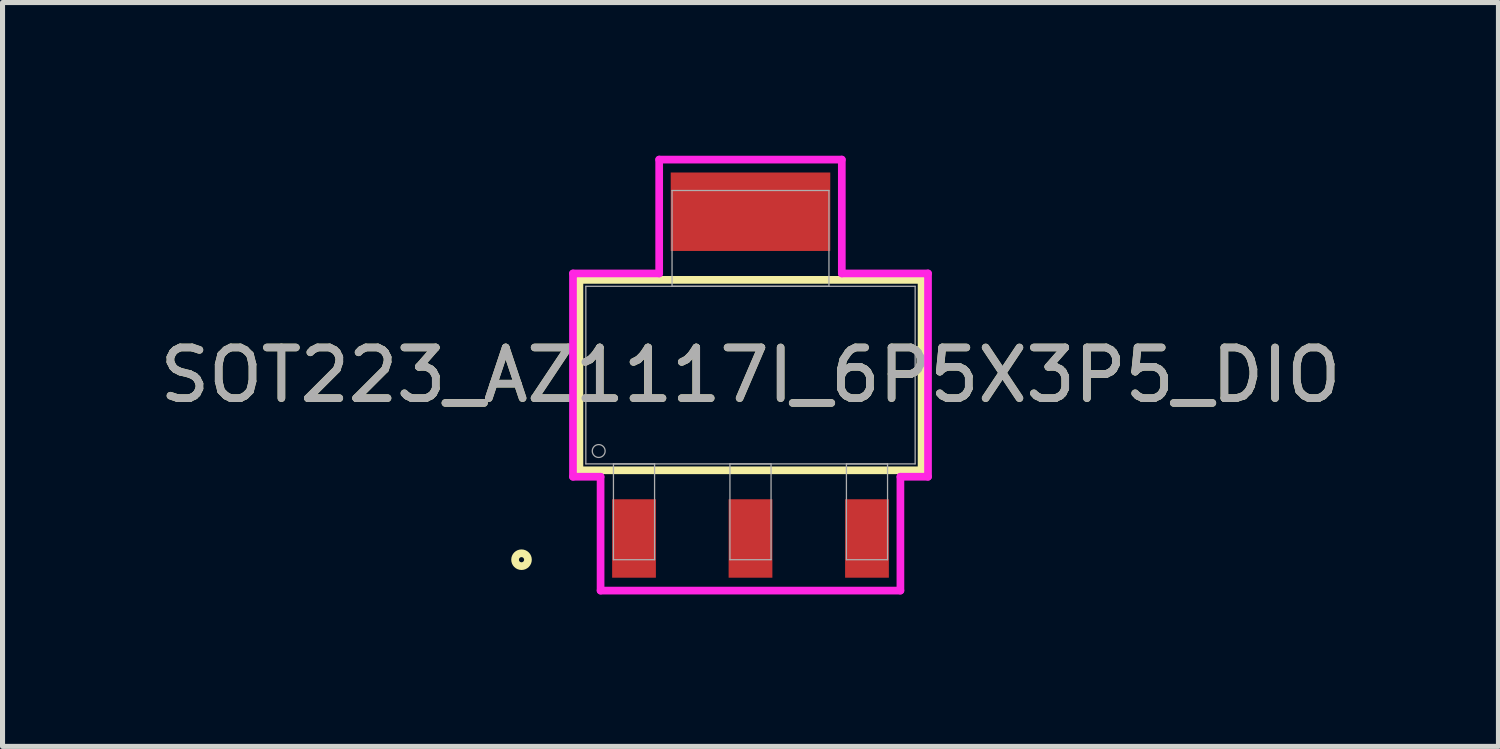
<source format=kicad_pcb>
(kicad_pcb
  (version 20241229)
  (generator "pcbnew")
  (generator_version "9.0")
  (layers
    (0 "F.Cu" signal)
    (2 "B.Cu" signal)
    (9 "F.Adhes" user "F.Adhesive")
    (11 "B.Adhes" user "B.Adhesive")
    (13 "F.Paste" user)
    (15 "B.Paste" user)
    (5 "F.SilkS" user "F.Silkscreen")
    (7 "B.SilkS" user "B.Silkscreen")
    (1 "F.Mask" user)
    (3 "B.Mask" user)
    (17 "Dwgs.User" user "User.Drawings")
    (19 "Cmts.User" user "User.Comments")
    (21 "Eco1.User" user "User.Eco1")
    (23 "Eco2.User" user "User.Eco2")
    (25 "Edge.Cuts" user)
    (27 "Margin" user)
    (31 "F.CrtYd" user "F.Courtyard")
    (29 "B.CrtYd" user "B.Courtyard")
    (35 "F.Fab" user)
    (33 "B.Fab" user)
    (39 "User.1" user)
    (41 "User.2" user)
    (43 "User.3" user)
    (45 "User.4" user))
  (footprint "SOT223_AZ1117I_6P5X3P5_DIO"
    (layer "F.Cu")
    (at 11.768 4.356)
    (property "Reference" "SOT223_AZ1117I_6P5X3P5_DIO" (at 0 0 0) (unlocked yes) (layer "F.SilkS") (effects (font (size 1 1) (thickness 0.15))))
    (attr smd)
    (fp_poly (pts (xy 1.575 -4) (xy -1.575 -4) (xy -1.575 -2.451) (xy 1.575 -2.451)) (stroke (width 0) (type solid)) (fill yes) (layer "F.Cu"))
    (fp_poly (pts (xy 1.6 -4.356) (xy -1.6 -4.356) (xy -1.6 -2.095) (xy 1.6 -2.095)) (stroke (width 0) (type solid)) (fill yes) (layer "F.Mask"))
    (fp_line (start -3.378 -1.88) (end -3.378 1.88) (stroke (width 0.152) (type solid)) (layer "F.SilkS"))
    (fp_line (start -3.378 1.88) (end 3.378 1.88) (stroke (width 0.152) (type solid)) (layer "F.SilkS"))
    (fp_line (start 3.378 -1.88) (end -3.378 -1.88) (stroke (width 0.152) (type solid)) (layer "F.SilkS"))
    (fp_line (start 3.378 1.88) (end 3.378 -1.88) (stroke (width 0.152) (type solid)) (layer "F.SilkS"))
    (fp_circle (center -4.521 3.645) (end -4.394 3.645) (stroke (width 0.152) (type solid)) (fill no) (layer "F.SilkS"))
    (fp_poly (pts (xy 1.575 -4) (xy -1.575 -4) (xy -1.575 -2.451) (xy 1.575 -2.451)) (stroke (width 0) (type solid)) (fill yes) (layer "F.Paste"))
    (fp_line (start -3.505 -2.007) (end -1.803 -2.007) (stroke (width 0.152) (type solid)) (layer "F.CrtYd"))
    (fp_line (start -3.505 2.007) (end -3.505 -2.007) (stroke (width 0.152) (type solid)) (layer "F.CrtYd"))
    (fp_line (start -2.96 2.007) (end -3.505 2.007) (stroke (width 0.152) (type solid)) (layer "F.CrtYd"))
    (fp_line (start -2.96 4.255) (end -2.96 2.007) (stroke (width 0.152) (type solid)) (layer "F.CrtYd"))
    (fp_line (start -1.803 -4.255) (end 1.803 -4.255) (stroke (width 0.152) (type solid)) (layer "F.CrtYd"))
    (fp_line (start -1.803 -2.007) (end -1.803 -4.255) (stroke (width 0.152) (type solid)) (layer "F.CrtYd"))
    (fp_line (start 1.803 -4.255) (end 1.803 -2.007) (stroke (width 0.152) (type solid)) (layer "F.CrtYd"))
    (fp_line (start 1.803 -2.007) (end 3.505 -2.007) (stroke (width 0.152) (type solid)) (layer "F.CrtYd"))
    (fp_line (start 2.96 2.007) (end 2.96 4.255) (stroke (width 0.152) (type solid)) (layer "F.CrtYd"))
    (fp_line (start 2.96 4.255) (end -2.96 4.255) (stroke (width 0.152) (type solid)) (layer "F.CrtYd"))
    (fp_line (start 3.505 -2.007) (end 3.505 2.007) (stroke (width 0.152) (type solid)) (layer "F.CrtYd"))
    (fp_line (start 3.505 2.007) (end 2.96 2.007) (stroke (width 0.152) (type solid)) (layer "F.CrtYd"))
    (fp_line (start -3.251 -1.753) (end -3.251 1.753) (stroke (width 0.025) (type solid)) (layer "F.Fab"))
    (fp_line (start -3.251 1.753) (end 3.251 1.753) (stroke (width 0.025) (type solid)) (layer "F.Fab"))
    (fp_line (start -2.706 1.753) (end -2.706 3.645) (stroke (width 0.025) (type solid)) (layer "F.Fab"))
    (fp_line (start -2.706 3.645) (end -1.894 3.645) (stroke (width 0.025) (type solid)) (layer "F.Fab"))
    (fp_line (start -1.894 1.753) (end -2.706 1.753) (stroke (width 0.025) (type solid)) (layer "F.Fab"))
    (fp_line (start -1.894 3.645) (end -1.894 1.753) (stroke (width 0.025) (type solid)) (layer "F.Fab"))
    (fp_line (start -1.549 -3.645) (end -1.549 -1.753) (stroke (width 0.025) (type solid)) (layer "F.Fab"))
    (fp_line (start -1.549 -1.753) (end 1.549 -1.753) (stroke (width 0.025) (type solid)) (layer "F.Fab"))
    (fp_line (start -0.406 1.753) (end -0.406 3.645) (stroke (width 0.025) (type solid)) (layer "F.Fab"))
    (fp_line (start -0.406 3.645) (end 0.406 3.645) (stroke (width 0.025) (type solid)) (layer "F.Fab"))
    (fp_line (start 0.406 1.753) (end -0.406 1.753) (stroke (width 0.025) (type solid)) (layer "F.Fab"))
    (fp_line (start 0.406 3.645) (end 0.406 1.753) (stroke (width 0.025) (type solid)) (layer "F.Fab"))
    (fp_line (start 1.549 -3.645) (end -1.549 -3.645) (stroke (width 0.025) (type solid)) (layer "F.Fab"))
    (fp_line (start 1.549 -1.753) (end 1.549 -3.645) (stroke (width 0.025) (type solid)) (layer "F.Fab"))
    (fp_line (start 1.894 1.753) (end 1.894 3.645) (stroke (width 0.025) (type solid)) (layer "F.Fab"))
    (fp_line (start 1.894 3.645) (end 2.706 3.645) (stroke (width 0.025) (type solid)) (layer "F.Fab"))
    (fp_line (start 2.706 1.753) (end 1.894 1.753) (stroke (width 0.025) (type solid)) (layer "F.Fab"))
    (fp_line (start 2.706 3.645) (end 2.706 1.753) (stroke (width 0.025) (type solid)) (layer "F.Fab"))
    (fp_line (start 3.251 -1.753) (end -3.251 -1.753) (stroke (width 0.025) (type solid)) (layer "F.Fab"))
    (fp_line (start 3.251 1.753) (end 3.251 -1.753) (stroke (width 0.025) (type solid)) (layer "F.Fab"))
    (fp_circle (center -2.997 1.499) (end -2.87 1.499) (stroke (width 0.025) (type solid)) (fill no) (layer "F.Fab"))
    (fp_text user "${REFERENCE}" (at 0 0 0) (unlocked yes) (layer "F.Fab") (effects (font (size 1 1) (thickness 0.15))))
    (pad "1" smd rect (at -2.3 3.226) (size 0.864 1.549) (layers "F.Cu" "F.Mask" "F.Paste"))
    (pad "2" smd rect (at 0 3.226) (size 0.864 1.549) (layers "F.Cu" "F.Mask" "F.Paste"))
    (pad "3" smd rect (at 2.3 3.226) (size 0.864 1.549) (layers "F.Cu" "F.Mask" "F.Paste")))
  (gr_rect
    (start -3 -3)
    (end 26.536 11.687)
    (stroke (width 0.1) (type default))
    (fill no)
    (layer "Edge.Cuts")))
</source>
